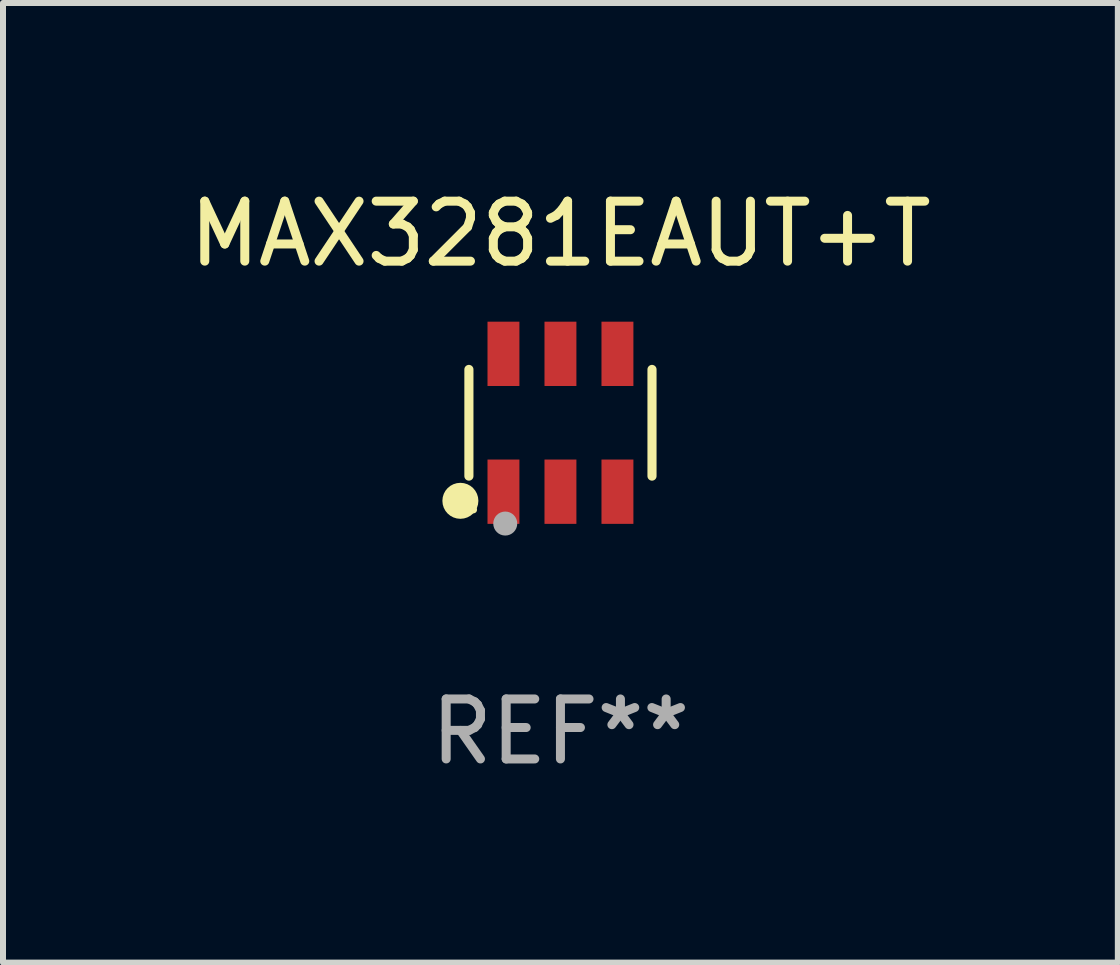
<source format=kicad_pcb>
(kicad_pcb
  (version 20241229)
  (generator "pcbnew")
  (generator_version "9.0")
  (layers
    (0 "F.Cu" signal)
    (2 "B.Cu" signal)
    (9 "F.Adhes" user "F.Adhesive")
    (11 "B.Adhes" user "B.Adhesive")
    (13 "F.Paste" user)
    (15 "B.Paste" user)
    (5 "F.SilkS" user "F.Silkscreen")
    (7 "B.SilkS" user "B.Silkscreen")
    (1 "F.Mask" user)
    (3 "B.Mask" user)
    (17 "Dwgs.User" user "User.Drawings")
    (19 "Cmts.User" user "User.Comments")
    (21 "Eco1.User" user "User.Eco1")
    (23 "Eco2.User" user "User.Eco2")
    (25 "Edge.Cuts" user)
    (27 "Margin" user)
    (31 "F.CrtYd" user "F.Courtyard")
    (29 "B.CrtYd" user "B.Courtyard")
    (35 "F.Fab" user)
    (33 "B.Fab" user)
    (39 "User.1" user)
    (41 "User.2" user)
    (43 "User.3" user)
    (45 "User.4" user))
  (footprint "MAX3281EAUT+T"
    (layer "F.Cu")
    (at 6.292 3.997)
    (property "Reference" "MAX3281EAUT+T" (at 0 -3.149 0) (layer "F.SilkS") (effects (font (size 1 1) (thickness 0.15))))
    (attr through_hole)
    (fp_line (start -1.526 0.889) (end -1.526 -0.889) (stroke (width 0.152) (type solid)) (layer "F.SilkS"))
    (fp_line (start 1.526 0.889) (end 1.526 -0.889) (stroke (width 0.152) (type solid)) (layer "F.SilkS"))
    (fp_circle (center -1.668 1.301) (end -1.518 1.301) (stroke (width 0.3) (type solid)) (fill no) (layer "F.SilkS"))
    (fp_circle (center -1.45 1.45) (end -1.42 1.45) (stroke (width 0.06) (type solid)) (fill no) (layer "F.SilkS"))
    (fp_circle (center -0.92 1.68) (end -0.82 1.68) (stroke (width 0.2) (type solid)) (fill no) (layer "F.Fab"))
    (fp_text user "REF**" (at 0 5.149 0) (layer "F.Fab") (effects (font (size 1 1) (thickness 0.15))))
    (pad "1" smd rect (at -0.95 1.149) (size 0.532 1.072) (layers "F.Cu" "F.Mask" "F.Paste"))
    (pad "2" smd rect (at 0 1.149) (size 0.532 1.072) (layers "F.Cu" "F.Mask" "F.Paste"))
    (pad "3" smd rect (at 0.95 1.149) (size 0.532 1.072) (layers "F.Cu" "F.Mask" "F.Paste"))
    (pad "4" smd rect (at 0.95 -1.149) (size 0.532 1.072) (layers "F.Cu" "F.Mask" "F.Paste"))
    (pad "5" smd rect (at 0 -1.149) (size 0.532 1.072) (layers "F.Cu" "F.Mask" "F.Paste"))
    (pad "6" smd rect (at -0.95 -1.149) (size 0.532 1.072) (layers "F.Cu" "F.Mask" "F.Paste")))
  (gr_rect
    (start -3 -3)
    (end 15.583 12.995)
    (stroke (width 0.1) (type default))
    (fill no)
    (layer "Edge.Cuts")))
</source>
